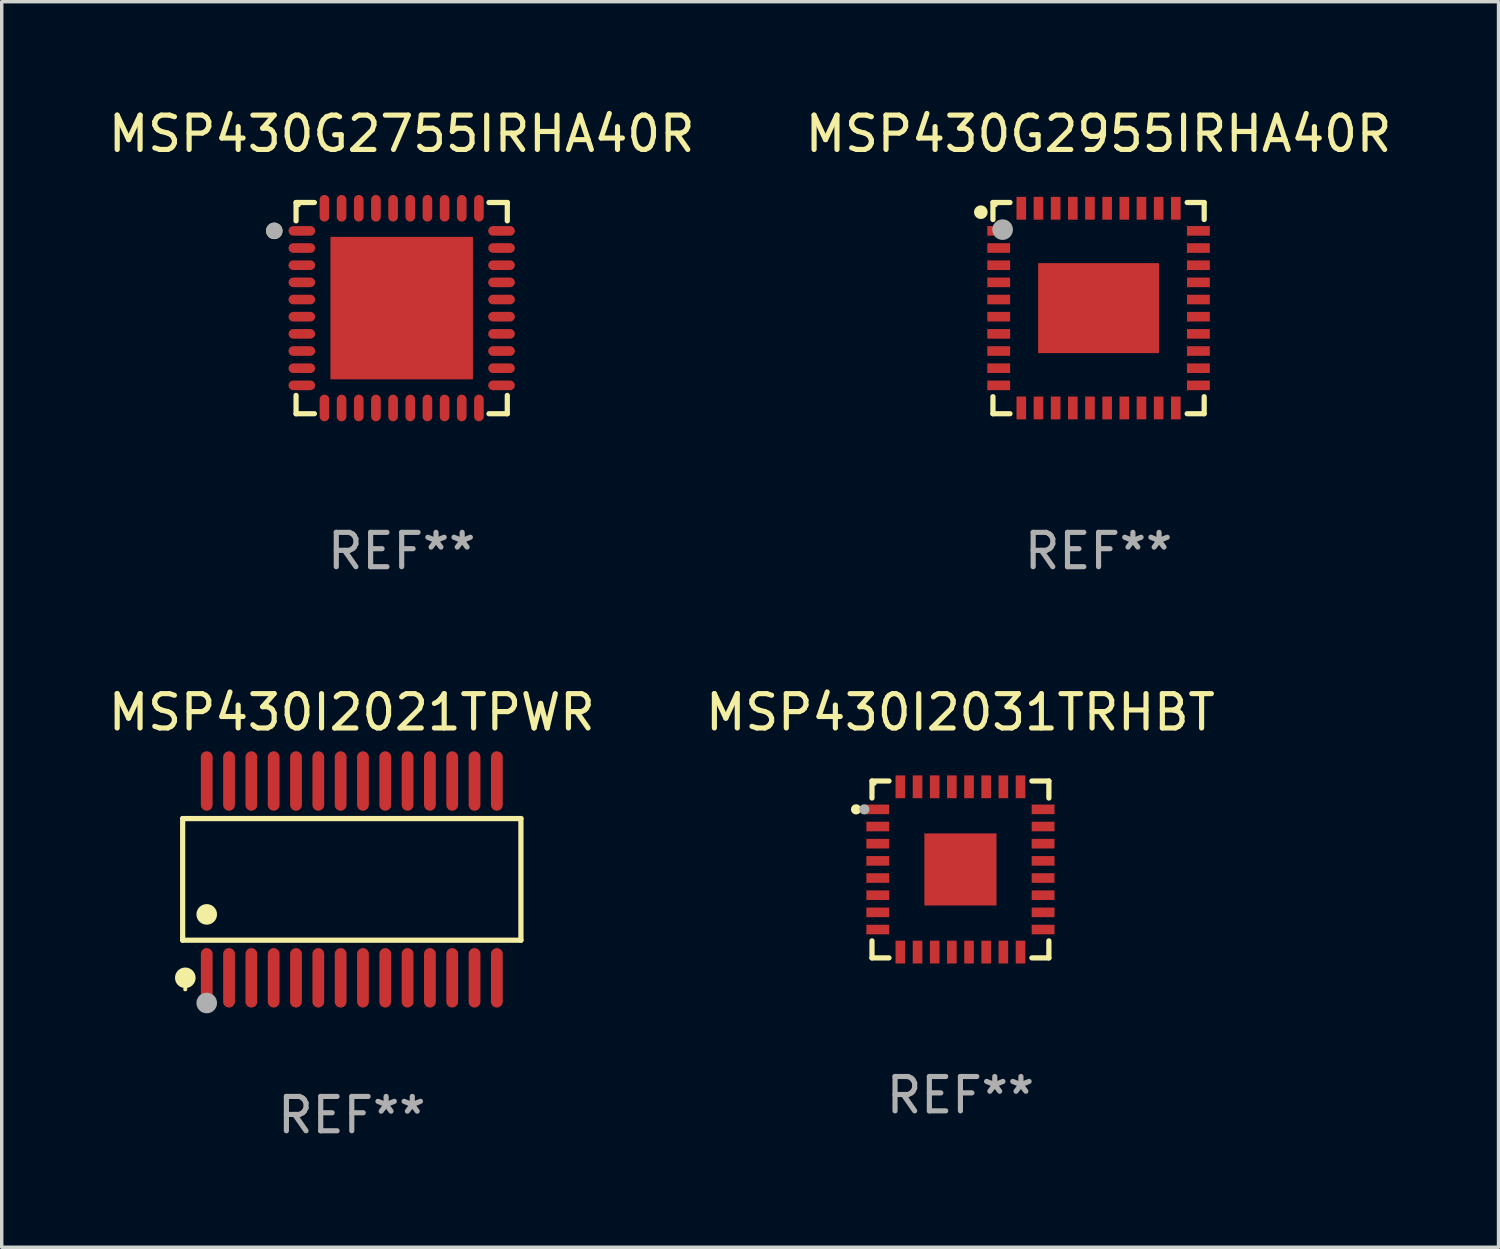
<source format=kicad_pcb>
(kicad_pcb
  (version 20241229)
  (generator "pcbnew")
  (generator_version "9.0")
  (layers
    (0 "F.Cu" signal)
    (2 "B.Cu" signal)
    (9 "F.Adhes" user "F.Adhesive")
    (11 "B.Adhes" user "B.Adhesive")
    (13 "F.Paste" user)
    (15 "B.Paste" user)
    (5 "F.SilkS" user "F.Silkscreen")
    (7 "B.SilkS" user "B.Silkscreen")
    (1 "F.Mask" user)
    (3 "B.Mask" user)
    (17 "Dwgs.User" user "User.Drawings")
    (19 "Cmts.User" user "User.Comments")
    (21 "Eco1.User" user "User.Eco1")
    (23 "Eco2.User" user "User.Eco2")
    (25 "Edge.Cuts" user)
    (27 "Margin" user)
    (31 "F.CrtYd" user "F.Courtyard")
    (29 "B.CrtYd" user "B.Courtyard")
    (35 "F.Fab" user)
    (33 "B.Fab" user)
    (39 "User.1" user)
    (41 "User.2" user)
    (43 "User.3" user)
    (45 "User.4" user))
  (footprint "MSP430G2755IRHA40R"
    (layer "F.Cu")
    (at 8.649 5.924)
    (property "Reference" "MSP430G2755IRHA40R" (at 0 -5.076 0) (layer "F.SilkS") (effects (font (size 1 1) (thickness 0.15))))
    (attr through_hole)
    (fp_line (start -3.076 -3.076) (end -2.542 -3.076) (stroke (width 0.152) (type solid)) (layer "F.SilkS"))
    (fp_line (start -3.076 -2.542) (end -3.076 -3.076) (stroke (width 0.152) (type solid)) (layer "F.SilkS"))
    (fp_line (start -3.076 2.542) (end -3.076 3.076) (stroke (width 0.152) (type solid)) (layer "F.SilkS"))
    (fp_line (start -3.076 3.076) (end -2.542 3.076) (stroke (width 0.152) (type solid)) (layer "F.SilkS"))
    (fp_line (start 3.076 -3.076) (end 2.542 -3.076) (stroke (width 0.152) (type solid)) (layer "F.SilkS"))
    (fp_line (start 3.076 -2.542) (end 3.076 -3.076) (stroke (width 0.152) (type solid)) (layer "F.SilkS"))
    (fp_line (start 3.076 2.542) (end 3.076 3.076) (stroke (width 0.152) (type solid)) (layer "F.SilkS"))
    (fp_line (start 3.076 3.076) (end 2.542 3.076) (stroke (width 0.152) (type solid)) (layer "F.SilkS"))
    (fp_circle (center -3.711 -2.25) (end -3.591 -2.25) (stroke (width 0.24) (type solid)) (fill no) (layer "F.SilkS"))
    (fp_circle (center -3 -3) (end -2.97 -3) (stroke (width 0.06) (type solid)) (fill no) (layer "F.SilkS"))
    (fp_circle (center -3.711 -2.25) (end -3.591 -2.25) (stroke (width 0.24) (type solid)) (fill no) (layer "F.Fab"))
    (fp_text user "REF**" (at 0 7.076 0) (layer "F.Fab") (effects (font (size 1 1) (thickness 0.15))))
    (pad "1" smd oval (at -2.908 -2.25) (size 0.775 0.28) (layers "F.Cu" "F.Mask" "F.Paste"))
    (pad "2" smd oval (at -2.908 -1.75) (size 0.775 0.28) (layers "F.Cu" "F.Mask" "F.Paste"))
    (pad "3" smd oval (at -2.908 -1.25) (size 0.775 0.28) (layers "F.Cu" "F.Mask" "F.Paste"))
    (pad "4" smd oval (at -2.908 -0.75) (size 0.775 0.28) (layers "F.Cu" "F.Mask" "F.Paste"))
    (pad "5" smd oval (at -2.908 -0.25) (size 0.775 0.28) (layers "F.Cu" "F.Mask" "F.Paste"))
    (pad "6" smd oval (at -2.908 0.25) (size 0.775 0.28) (layers "F.Cu" "F.Mask" "F.Paste"))
    (pad "7" smd oval (at -2.908 0.75) (size 0.775 0.28) (layers "F.Cu" "F.Mask" "F.Paste"))
    (pad "8" smd oval (at -2.908 1.25) (size 0.775 0.28) (layers "F.Cu" "F.Mask" "F.Paste"))
    (pad "9" smd oval (at -2.908 1.75) (size 0.775 0.28) (layers "F.Cu" "F.Mask" "F.Paste"))
    (pad "10" smd oval (at -2.908 2.25) (size 0.775 0.28) (layers "F.Cu" "F.Mask" "F.Paste"))
    (pad "11" smd oval (at -2.25 2.908) (size 0.28 0.775) (layers "F.Cu" "F.Mask" "F.Paste"))
    (pad "12" smd oval (at -1.75 2.908) (size 0.28 0.775) (layers "F.Cu" "F.Mask" "F.Paste"))
    (pad "13" smd oval (at -1.25 2.908) (size 0.28 0.775) (layers "F.Cu" "F.Mask" "F.Paste"))
    (pad "14" smd oval (at -0.75 2.908) (size 0.28 0.775) (layers "F.Cu" "F.Mask" "F.Paste"))
    (pad "15" smd oval (at -0.25 2.908) (size 0.28 0.775) (layers "F.Cu" "F.Mask" "F.Paste"))
    (pad "16" smd oval (at 0.25 2.908) (size 0.28 0.775) (layers "F.Cu" "F.Mask" "F.Paste"))
    (pad "17" smd oval (at 0.75 2.908) (size 0.28 0.775) (layers "F.Cu" "F.Mask" "F.Paste"))
    (pad "18" smd oval (at 1.25 2.908) (size 0.28 0.775) (layers "F.Cu" "F.Mask" "F.Paste"))
    (pad "19" smd oval (at 1.75 2.908) (size 0.28 0.775) (layers "F.Cu" "F.Mask" "F.Paste"))
    (pad "20" smd oval (at 2.25 2.908) (size 0.28 0.775) (layers "F.Cu" "F.Mask" "F.Paste"))
    (pad "21" smd oval (at 2.908 2.25) (size 0.775 0.28) (layers "F.Cu" "F.Mask" "F.Paste"))
    (pad "22" smd oval (at 2.908 1.75) (size 0.775 0.28) (layers "F.Cu" "F.Mask" "F.Paste"))
    (pad "23" smd oval (at 2.908 1.25) (size 0.775 0.28) (layers "F.Cu" "F.Mask" "F.Paste"))
    (pad "24" smd oval (at 2.908 0.75) (size 0.775 0.28) (layers "F.Cu" "F.Mask" "F.Paste"))
    (pad "25" smd oval (at 2.908 0.25) (size 0.775 0.28) (layers "F.Cu" "F.Mask" "F.Paste"))
    (pad "26" smd oval (at 2.908 -0.25) (size 0.775 0.28) (layers "F.Cu" "F.Mask" "F.Paste"))
    (pad "27" smd oval (at 2.908 -0.75) (size 0.775 0.28) (layers "F.Cu" "F.Mask" "F.Paste"))
    (pad "28" smd oval (at 2.908 -1.25) (size 0.775 0.28) (layers "F.Cu" "F.Mask" "F.Paste"))
    (pad "29" smd oval (at 2.908 -1.75) (size 0.775 0.28) (layers "F.Cu" "F.Mask" "F.Paste"))
    (pad "30" smd oval (at 2.908 -2.25) (size 0.775 0.28) (layers "F.Cu" "F.Mask" "F.Paste"))
    (pad "31" smd oval (at 2.25 -2.908) (size 0.28 0.775) (layers "F.Cu" "F.Mask" "F.Paste"))
    (pad "32" smd oval (at 1.75 -2.908) (size 0.28 0.775) (layers "F.Cu" "F.Mask" "F.Paste"))
    (pad "33" smd oval (at 1.25 -2.908) (size 0.28 0.775) (layers "F.Cu" "F.Mask" "F.Paste"))
    (pad "34" smd oval (at 0.75 -2.908) (size 0.28 0.775) (layers "F.Cu" "F.Mask" "F.Paste"))
    (pad "35" smd oval (at 0.25 -2.908) (size 0.28 0.775) (layers "F.Cu" "F.Mask" "F.Paste"))
    (pad "36" smd oval (at -0.25 -2.908) (size 0.28 0.775) (layers "F.Cu" "F.Mask" "F.Paste"))
    (pad "37" smd oval (at -0.75 -2.908) (size 0.28 0.775) (layers "F.Cu" "F.Mask" "F.Paste"))
    (pad "38" smd oval (at -1.25 -2.908) (size 0.28 0.775) (layers "F.Cu" "F.Mask" "F.Paste"))
    (pad "39" smd oval (at -1.75 -2.908) (size 0.28 0.775) (layers "F.Cu" "F.Mask" "F.Paste"))
    (pad "40" smd oval (at -2.25 -2.908) (size 0.28 0.775) (layers "F.Cu" "F.Mask" "F.Paste"))
    (pad "41" smd rect (at 0 0) (size 4.15 4.15) (layers "F.Cu" "F.Mask" "F.Paste")))
  (footprint "MSP430I2021TPWR"
    (layer "F.Cu")
    (at 7.196 22.563)
    (property "Reference" "MSP430I2021TPWR" (at 0 -4.866 0) (layer "F.SilkS") (effects (font (size 1 1) (thickness 0.15))))
    (attr through_hole)
    (fp_line (start -4.926 -1.772) (end 4.926 -1.772) (stroke (width 0.152) (type solid)) (layer "F.SilkS"))
    (fp_line (start -4.926 1.771) (end -4.926 -1.772) (stroke (width 0.152) (type solid)) (layer "F.SilkS"))
    (fp_line (start 4.926 -1.772) (end 4.926 1.771) (stroke (width 0.152) (type solid)) (layer "F.SilkS"))
    (fp_line (start 4.926 1.771) (end -4.926 1.771) (stroke (width 0.152) (type solid)) (layer "F.SilkS"))
    (fp_circle (center -4.85 3.2) (end -4.82 3.2) (stroke (width 0.06) (type solid)) (fill no) (layer "F.SilkS"))
    (fp_circle (center -4.849 2.866) (end -4.699 2.866) (stroke (width 0.3) (type solid)) (fill no) (layer "F.SilkS"))
    (fp_circle (center -4.225 1.019) (end -4.075 1.019) (stroke (width 0.3) (type solid)) (fill no) (layer "F.SilkS"))
    (fp_circle (center -4.225 3.6) (end -4.075 3.6) (stroke (width 0.3) (type solid)) (fill no) (layer "F.Fab"))
    (fp_text user "REF**" (at 0 6.866 0) (layer "F.Fab") (effects (font (size 1 1) (thickness 0.15))))
    (pad "1" smd oval (at -4.225 2.866) (size 0.343 1.731) (layers "F.Cu" "F.Mask" "F.Paste"))
    (pad "2" smd oval (at -3.575 2.866) (size 0.343 1.731) (layers "F.Cu" "F.Mask" "F.Paste"))
    (pad "3" smd oval (at -2.925 2.866) (size 0.343 1.731) (layers "F.Cu" "F.Mask" "F.Paste"))
    (pad "4" smd oval (at -2.275 2.866) (size 0.343 1.731) (layers "F.Cu" "F.Mask" "F.Paste"))
    (pad "5" smd oval (at -1.625 2.866) (size 0.343 1.731) (layers "F.Cu" "F.Mask" "F.Paste"))
    (pad "6" smd oval (at -0.975 2.866) (size 0.343 1.731) (layers "F.Cu" "F.Mask" "F.Paste"))
    (pad "7" smd oval (at -0.325 2.866) (size 0.343 1.731) (layers "F.Cu" "F.Mask" "F.Paste"))
    (pad "8" smd oval (at 0.325 2.866) (size 0.343 1.731) (layers "F.Cu" "F.Mask" "F.Paste"))
    (pad "9" smd oval (at 0.975 2.866) (size 0.343 1.731) (layers "F.Cu" "F.Mask" "F.Paste"))
    (pad "10" smd oval (at 1.625 2.866) (size 0.343 1.731) (layers "F.Cu" "F.Mask" "F.Paste"))
    (pad "11" smd oval (at 2.275 2.866) (size 0.343 1.731) (layers "F.Cu" "F.Mask" "F.Paste"))
    (pad "12" smd oval (at 2.925 2.866) (size 0.343 1.731) (layers "F.Cu" "F.Mask" "F.Paste"))
    (pad "13" smd oval (at 3.575 2.866) (size 0.343 1.731) (layers "F.Cu" "F.Mask" "F.Paste"))
    (pad "14" smd oval (at 4.225 2.866) (size 0.343 1.731) (layers "F.Cu" "F.Mask" "F.Paste"))
    (pad "15" smd oval (at 4.225 -2.866) (size 0.343 1.731) (layers "F.Cu" "F.Mask" "F.Paste"))
    (pad "16" smd oval (at 3.575 -2.866) (size 0.343 1.731) (layers "F.Cu" "F.Mask" "F.Paste"))
    (pad "17" smd oval (at 2.925 -2.866) (size 0.343 1.731) (layers "F.Cu" "F.Mask" "F.Paste"))
    (pad "18" smd oval (at 2.275 -2.866) (size 0.343 1.731) (layers "F.Cu" "F.Mask" "F.Paste"))
    (pad "19" smd oval (at 1.625 -2.866) (size 0.343 1.731) (layers "F.Cu" "F.Mask" "F.Paste"))
    (pad "20" smd oval (at 0.975 -2.866) (size 0.343 1.731) (layers "F.Cu" "F.Mask" "F.Paste"))
    (pad "21" smd oval (at 0.325 -2.866) (size 0.343 1.731) (layers "F.Cu" "F.Mask" "F.Paste"))
    (pad "22" smd oval (at -0.325 -2.866) (size 0.343 1.731) (layers "F.Cu" "F.Mask" "F.Paste"))
    (pad "23" smd oval (at -0.975 -2.866) (size 0.343 1.731) (layers "F.Cu" "F.Mask" "F.Paste"))
    (pad "24" smd oval (at -1.625 -2.866) (size 0.343 1.731) (layers "F.Cu" "F.Mask" "F.Paste"))
    (pad "25" smd oval (at -2.275 -2.866) (size 0.343 1.731) (layers "F.Cu" "F.Mask" "F.Paste"))
    (pad "26" smd oval (at -2.925 -2.866) (size 0.343 1.731) (layers "F.Cu" "F.Mask" "F.Paste"))
    (pad "27" smd oval (at -3.575 -2.866) (size 0.343 1.731) (layers "F.Cu" "F.Mask" "F.Paste"))
    (pad "28" smd oval (at -4.225 -2.866) (size 0.343 1.731) (layers "F.Cu" "F.Mask" "F.Paste")))
  (footprint "MSP430I2031TRHBT"
    (layer "F.Cu")
    (at 24.923 22.273)
    (property "Reference" "MSP430I2031TRHBT" (at 0 -4.576 0) (layer "F.SilkS") (effects (font (size 1 1) (thickness 0.15))))
    (attr through_hole)
    (fp_line (start -2.576 -2.576) (end -2.576 -2.08) (stroke (width 0.152) (type solid)) (layer "F.SilkS"))
    (fp_line (start -2.576 2.576) (end -2.576 2.08) (stroke (width 0.152) (type solid)) (layer "F.SilkS"))
    (fp_line (start -2.08 -2.576) (end -2.576 -2.576) (stroke (width 0.152) (type solid)) (layer "F.SilkS"))
    (fp_line (start -2.08 2.576) (end -2.576 2.576) (stroke (width 0.152) (type solid)) (layer "F.SilkS"))
    (fp_line (start 2.08 -2.576) (end 2.576 -2.576) (stroke (width 0.152) (type solid)) (layer "F.SilkS"))
    (fp_line (start 2.08 2.576) (end 2.576 2.576) (stroke (width 0.152) (type solid)) (layer "F.SilkS"))
    (fp_line (start 2.576 -2.576) (end 2.576 -2.08) (stroke (width 0.152) (type solid)) (layer "F.SilkS"))
    (fp_line (start 2.576 2.576) (end 2.576 2.08) (stroke (width 0.152) (type solid)) (layer "F.SilkS"))
    (fp_circle (center -3.04 -1.75) (end -2.965 -1.75) (stroke (width 0.15) (type solid)) (fill no) (layer "F.SilkS"))
    (fp_circle (center -2.5 -2.5) (end -2.47 -2.5) (stroke (width 0.06) (type solid)) (fill no) (layer "F.SilkS"))
    (fp_circle (center -2.8 -1.75) (end -2.725 -1.75) (stroke (width 0.15) (type solid)) (fill no) (layer "F.Fab"))
    (fp_text user "REF**" (at 0 6.576 0) (layer "F.Fab") (effects (font (size 1 1) (thickness 0.15))))
    (pad "1" smd rect (at -2.407 -1.75) (size 0.665 0.28) (layers "F.Cu" "F.Mask" "F.Paste"))
    (pad "2" smd rect (at -2.407 -1.25) (size 0.665 0.28) (layers "F.Cu" "F.Mask" "F.Paste"))
    (pad "3" smd rect (at -2.407 -0.75) (size 0.665 0.28) (layers "F.Cu" "F.Mask" "F.Paste"))
    (pad "4" smd rect (at -2.407 -0.25) (size 0.665 0.28) (layers "F.Cu" "F.Mask" "F.Paste"))
    (pad "5" smd rect (at -2.407 0.25) (size 0.665 0.28) (layers "F.Cu" "F.Mask" "F.Paste"))
    (pad "6" smd rect (at -2.407 0.75) (size 0.665 0.28) (layers "F.Cu" "F.Mask" "F.Paste"))
    (pad "7" smd rect (at -2.407 1.25) (size 0.665 0.28) (layers "F.Cu" "F.Mask" "F.Paste"))
    (pad "8" smd rect (at -2.407 1.75) (size 0.665 0.28) (layers "F.Cu" "F.Mask" "F.Paste"))
    (pad "9" smd rect (at -1.75 2.407) (size 0.28 0.665) (layers "F.Cu" "F.Mask" "F.Paste"))
    (pad "10" smd rect (at -1.25 2.407) (size 0.28 0.665) (layers "F.Cu" "F.Mask" "F.Paste"))
    (pad "11" smd rect (at -0.75 2.407) (size 0.28 0.665) (layers "F.Cu" "F.Mask" "F.Paste"))
    (pad "12" smd rect (at -0.25 2.407) (size 0.28 0.665) (layers "F.Cu" "F.Mask" "F.Paste"))
    (pad "13" smd rect (at 0.25 2.407) (size 0.28 0.665) (layers "F.Cu" "F.Mask" "F.Paste"))
    (pad "14" smd rect (at 0.75 2.407) (size 0.28 0.665) (layers "F.Cu" "F.Mask" "F.Paste"))
    (pad "15" smd rect (at 1.25 2.407) (size 0.28 0.665) (layers "F.Cu" "F.Mask" "F.Paste"))
    (pad "16" smd rect (at 1.75 2.407) (size 0.28 0.665) (layers "F.Cu" "F.Mask" "F.Paste"))
    (pad "17" smd rect (at 2.407 1.75) (size 0.665 0.28) (layers "F.Cu" "F.Mask" "F.Paste"))
    (pad "18" smd rect (at 2.407 1.25) (size 0.665 0.28) (layers "F.Cu" "F.Mask" "F.Paste"))
    (pad "19" smd rect (at 2.407 0.75) (size 0.665 0.28) (layers "F.Cu" "F.Mask" "F.Paste"))
    (pad "20" smd rect (at 2.407 0.25) (size 0.665 0.28) (layers "F.Cu" "F.Mask" "F.Paste"))
    (pad "21" smd rect (at 2.407 -0.25) (size 0.665 0.28) (layers "F.Cu" "F.Mask" "F.Paste"))
    (pad "22" smd rect (at 2.407 -0.75) (size 0.665 0.28) (layers "F.Cu" "F.Mask" "F.Paste"))
    (pad "23" smd rect (at 2.407 -1.25) (size 0.665 0.28) (layers "F.Cu" "F.Mask" "F.Paste"))
    (pad "24" smd rect (at 2.407 -1.75) (size 0.665 0.28) (layers "F.Cu" "F.Mask" "F.Paste"))
    (pad "25" smd rect (at 1.75 -2.407) (size 0.28 0.665) (layers "F.Cu" "F.Mask" "F.Paste"))
    (pad "26" smd rect (at 1.25 -2.407) (size 0.28 0.665) (layers "F.Cu" "F.Mask" "F.Paste"))
    (pad "27" smd rect (at 0.75 -2.407) (size 0.28 0.665) (layers "F.Cu" "F.Mask" "F.Paste"))
    (pad "28" smd rect (at 0.25 -2.407) (size 0.28 0.665) (layers "F.Cu" "F.Mask" "F.Paste"))
    (pad "29" smd rect (at -0.25 -2.407) (size 0.28 0.665) (layers "F.Cu" "F.Mask" "F.Paste"))
    (pad "30" smd rect (at -0.75 -2.407) (size 0.28 0.665) (layers "F.Cu" "F.Mask" "F.Paste"))
    (pad "31" smd rect (at -1.25 -2.407) (size 0.28 0.665) (layers "F.Cu" "F.Mask" "F.Paste"))
    (pad "32" smd rect (at -1.75 -2.407) (size 0.28 0.665) (layers "F.Cu" "F.Mask" "F.Paste"))
    (pad "33" smd rect (at 0 0) (size 2.1 2.1) (layers "F.Cu" "F.Mask" "F.Paste")))
  (footprint "MSP430G2955IRHA40R"
    (layer "F.Cu")
    (at 28.946 5.924)
    (property "Reference" "MSP430G2955IRHA40R" (at 0 -5.076 0) (layer "F.SilkS") (effects (font (size 1 1) (thickness 0.15))))
    (attr through_hole)
    (fp_line (start -3.076 -3.076) (end -3.076 -2.58) (stroke (width 0.152) (type solid)) (layer "F.SilkS"))
    (fp_line (start -3.076 3.076) (end -3.076 2.58) (stroke (width 0.152) (type solid)) (layer "F.SilkS"))
    (fp_line (start -2.58 -3.076) (end -3.076 -3.076) (stroke (width 0.152) (type solid)) (layer "F.SilkS"))
    (fp_line (start -2.58 3.076) (end -3.076 3.076) (stroke (width 0.152) (type solid)) (layer "F.SilkS"))
    (fp_line (start 2.58 -3.076) (end 3.076 -3.076) (stroke (width 0.152) (type solid)) (layer "F.SilkS"))
    (fp_line (start 2.58 3.076) (end 3.076 3.076) (stroke (width 0.152) (type solid)) (layer "F.SilkS"))
    (fp_line (start 3.076 -3.076) (end 3.076 -2.58) (stroke (width 0.152) (type solid)) (layer "F.SilkS"))
    (fp_line (start 3.076 3.076) (end 3.076 2.58) (stroke (width 0.152) (type solid)) (layer "F.SilkS"))
    (fp_circle (center -3.429 -2.794) (end -3.329 -2.794) (stroke (width 0.2) (type solid)) (fill no) (layer "F.SilkS"))
    (fp_circle (center -3 -3) (end -2.97 -3) (stroke (width 0.06) (type solid)) (fill no) (layer "F.SilkS"))
    (fp_circle (center -2.794 -2.286) (end -2.644 -2.286) (stroke (width 0.3) (type solid)) (fill no) (layer "F.Fab"))
    (fp_text user "REF**" (at 0 7.076 0) (layer "F.Fab") (effects (font (size 1 1) (thickness 0.15))))
    (pad "1" smd rect (at -2.908 -2.25) (size 0.665 0.28) (layers "F.Cu" "F.Mask" "F.Paste"))
    (pad "2" smd rect (at -2.908 -1.75) (size 0.665 0.28) (layers "F.Cu" "F.Mask" "F.Paste"))
    (pad "3" smd rect (at -2.908 -1.25) (size 0.665 0.28) (layers "F.Cu" "F.Mask" "F.Paste"))
    (pad "4" smd rect (at -2.908 -0.75) (size 0.665 0.28) (layers "F.Cu" "F.Mask" "F.Paste"))
    (pad "5" smd rect (at -2.908 -0.25) (size 0.665 0.28) (layers "F.Cu" "F.Mask" "F.Paste"))
    (pad "6" smd rect (at -2.908 0.25) (size 0.665 0.28) (layers "F.Cu" "F.Mask" "F.Paste"))
    (pad "7" smd rect (at -2.908 0.75) (size 0.665 0.28) (layers "F.Cu" "F.Mask" "F.Paste"))
    (pad "8" smd rect (at -2.908 1.25) (size 0.665 0.28) (layers "F.Cu" "F.Mask" "F.Paste"))
    (pad "9" smd rect (at -2.908 1.75) (size 0.665 0.28) (layers "F.Cu" "F.Mask" "F.Paste"))
    (pad "10" smd rect (at -2.908 2.25) (size 0.665 0.28) (layers "F.Cu" "F.Mask" "F.Paste"))
    (pad "11" smd rect (at -2.25 2.908) (size 0.28 0.665) (layers "F.Cu" "F.Mask" "F.Paste"))
    (pad "12" smd rect (at -1.75 2.908) (size 0.28 0.665) (layers "F.Cu" "F.Mask" "F.Paste"))
    (pad "13" smd rect (at -1.25 2.908) (size 0.28 0.665) (layers "F.Cu" "F.Mask" "F.Paste"))
    (pad "14" smd rect (at -0.75 2.908) (size 0.28 0.665) (layers "F.Cu" "F.Mask" "F.Paste"))
    (pad "15" smd rect (at -0.25 2.908) (size 0.28 0.665) (layers "F.Cu" "F.Mask" "F.Paste"))
    (pad "16" smd rect (at 0.25 2.908) (size 0.28 0.665) (layers "F.Cu" "F.Mask" "F.Paste"))
    (pad "17" smd rect (at 0.75 2.908) (size 0.28 0.665) (layers "F.Cu" "F.Mask" "F.Paste"))
    (pad "18" smd rect (at 1.25 2.908) (size 0.28 0.665) (layers "F.Cu" "F.Mask" "F.Paste"))
    (pad "19" smd rect (at 1.75 2.908) (size 0.28 0.665) (layers "F.Cu" "F.Mask" "F.Paste"))
    (pad "20" smd rect (at 2.25 2.908) (size 0.28 0.665) (layers "F.Cu" "F.Mask" "F.Paste"))
    (pad "21" smd rect (at 2.908 2.25) (size 0.665 0.28) (layers "F.Cu" "F.Mask" "F.Paste"))
    (pad "22" smd rect (at 2.908 1.75) (size 0.665 0.28) (layers "F.Cu" "F.Mask" "F.Paste"))
    (pad "23" smd rect (at 2.908 1.25) (size 0.665 0.28) (layers "F.Cu" "F.Mask" "F.Paste"))
    (pad "24" smd rect (at 2.908 0.75) (size 0.665 0.28) (layers "F.Cu" "F.Mask" "F.Paste"))
    (pad "25" smd rect (at 2.908 0.25) (size 0.665 0.28) (layers "F.Cu" "F.Mask" "F.Paste"))
    (pad "26" smd rect (at 2.908 -0.25) (size 0.665 0.28) (layers "F.Cu" "F.Mask" "F.Paste"))
    (pad "27" smd rect (at 2.908 -0.75) (size 0.665 0.28) (layers "F.Cu" "F.Mask" "F.Paste"))
    (pad "28" smd rect (at 2.908 -1.25) (size 0.665 0.28) (layers "F.Cu" "F.Mask" "F.Paste"))
    (pad "29" smd rect (at 2.908 -1.75) (size 0.665 0.28) (layers "F.Cu" "F.Mask" "F.Paste"))
    (pad "30" smd rect (at 2.908 -2.25) (size 0.665 0.28) (layers "F.Cu" "F.Mask" "F.Paste"))
    (pad "31" smd rect (at 2.25 -2.908) (size 0.28 0.665) (layers "F.Cu" "F.Mask" "F.Paste"))
    (pad "32" smd rect (at 1.75 -2.908) (size 0.28 0.665) (layers "F.Cu" "F.Mask" "F.Paste"))
    (pad "33" smd rect (at 1.25 -2.908) (size 0.28 0.665) (layers "F.Cu" "F.Mask" "F.Paste"))
    (pad "34" smd rect (at 0.75 -2.908) (size 0.28 0.665) (layers "F.Cu" "F.Mask" "F.Paste"))
    (pad "35" smd rect (at 0.25 -2.908) (size 0.28 0.665) (layers "F.Cu" "F.Mask" "F.Paste"))
    (pad "36" smd rect (at -0.25 -2.908) (size 0.28 0.665) (layers "F.Cu" "F.Mask" "F.Paste"))
    (pad "37" smd rect (at -0.75 -2.908) (size 0.28 0.665) (layers "F.Cu" "F.Mask" "F.Paste"))
    (pad "38" smd rect (at -1.25 -2.908) (size 0.28 0.665) (layers "F.Cu" "F.Mask" "F.Paste"))
    (pad "39" smd rect (at -1.75 -2.908) (size 0.28 0.665) (layers "F.Cu" "F.Mask" "F.Paste"))
    (pad "40" smd rect (at -2.25 -2.908) (size 0.28 0.665) (layers "F.Cu" "F.Mask" "F.Paste"))
    (pad "41" smd rect (at 0 0) (size 3.52 2.62) (layers "F.Cu" "F.Mask" "F.Paste")))
  (gr_rect
    (start -3 -3)
    (end 40.595 33.277)
    (stroke (width 0.1) (type default))
    (fill no)
    (layer "Edge.Cuts")))
</source>
